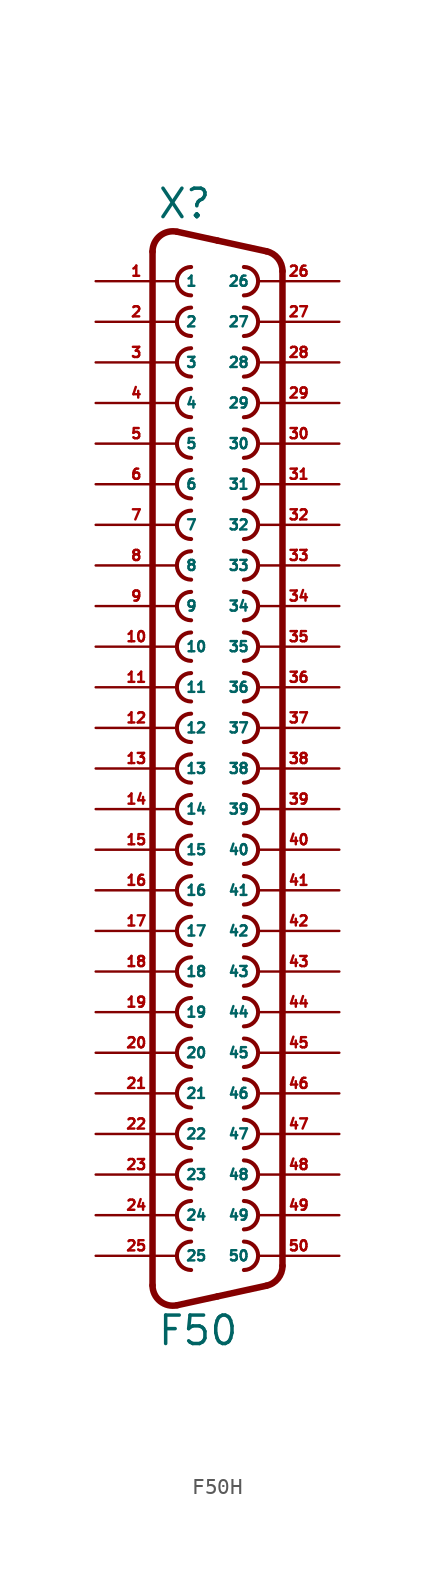
<source format=kicad_sym>
(kicad_symbol_lib
  (version 20220914)
  (generator Eagle2Kicad)
  (symbol "F50H"
    (property "Reference" "X"
      (at -3.81 31.75 0)
      (effects (font (size 1.778 1.778) (thickness 0.22)) (justify left bottom)))
    (property "Value" "F50"
      (at -3.81 -38.735 0)
      (effects (font (size 1.778 1.778) (thickness 0.22)) (justify left bottom)))
    (arc
      (start -1.651 28.829)
      (mid -2.540 27.940)
      (end -1.651 27.051)
      (stroke (width 0.254) (type default))
      (fill (type none)))
    (arc
      (start 1.651 6.731)
      (mid 2.540 7.620)
      (end 1.651 8.509)
      (stroke (width 0.254) (type default))
      (fill (type none)))
    (arc
      (start -1.651 -14.351)
      (mid -2.540 -15.240)
      (end -1.651 -16.129)
      (stroke (width 0.254) (type default))
      (fill (type none)))
    (arc
      (start 1.651 4.191)
      (mid 2.540 5.080)
      (end 1.651 5.969)
      (stroke (width 0.254) (type default))
      (fill (type none)))
    (arc
      (start -1.651 26.289)
      (mid -2.540 25.400)
      (end -1.651 24.511)
      (stroke (width 0.254) (type default))
      (fill (type none)))
    (arc
      (start -1.651 23.749)
      (mid -2.540 22.860)
      (end -1.651 21.971)
      (stroke (width 0.254) (type default))
      (fill (type none)))
    (arc
      (start -1.651 -19.431)
      (mid -2.540 -20.320)
      (end -1.651 -21.209)
      (stroke (width 0.254) (type default))
      (fill (type none)))
    (arc
      (start 1.651 1.651)
      (mid 2.540 2.540)
      (end 1.651 3.429)
      (stroke (width 0.254) (type default))
      (fill (type none)))
    (arc
      (start -1.651 -21.971)
      (mid -2.540 -22.860)
      (end -1.651 -23.749)
      (stroke (width 0.254) (type default))
      (fill (type none)))
    (arc
      (start -1.651 21.209)
      (mid -2.540 20.320)
      (end -1.651 19.431)
      (stroke (width 0.254) (type default))
      (fill (type none)))
    (arc
      (start 1.651 -0.889)
      (mid 2.540 0.000)
      (end 1.651 0.889)
      (stroke (width 0.254) (type default))
      (fill (type none)))
    (arc
      (start -1.651 -16.891)
      (mid -2.540 -17.780)
      (end -1.651 -18.669)
      (stroke (width 0.254) (type default))
      (fill (type none)))
    (arc
      (start -1.651 18.669)
      (mid -2.540 17.780)
      (end -1.651 16.891)
      (stroke (width 0.254) (type default))
      (fill (type none)))
    (arc
      (start 1.651 -3.429)
      (mid 2.540 -2.540)
      (end 1.651 -1.651)
      (stroke (width 0.254) (type default))
      (fill (type none)))
    (arc
      (start -1.651 -24.511)
      (mid -2.540 -25.400)
      (end -1.651 -26.289)
      (stroke (width 0.254) (type default))
      (fill (type none)))
    (arc
      (start 1.651 -5.969)
      (mid 2.540 -5.080)
      (end 1.651 -4.191)
      (stroke (width 0.254) (type default))
      (fill (type none)))
    (arc
      (start -1.651 16.129)
      (mid -2.540 15.240)
      (end -1.651 14.351)
      (stroke (width 0.254) (type default))
      (fill (type none)))
    (arc
      (start -1.651 -27.051)
      (mid -2.540 -27.940)
      (end -1.651 -28.829)
      (stroke (width 0.254) (type default))
      (fill (type none)))
    (arc
      (start -1.651 13.589)
      (mid -2.540 12.700)
      (end -1.651 11.811)
      (stroke (width 0.254) (type default))
      (fill (type none)))
    (arc
      (start 1.651 -8.509)
      (mid 2.540 -7.620)
      (end 1.651 -6.731)
      (stroke (width 0.254) (type default))
      (fill (type none)))
    (arc
      (start -1.651 -29.591)
      (mid -2.540 -30.480)
      (end -1.651 -31.369)
      (stroke (width 0.254) (type default))
      (fill (type none)))
    (arc
      (start -1.651 11.049)
      (mid -2.540 10.160)
      (end -1.651 9.271)
      (stroke (width 0.254) (type default))
      (fill (type none)))
    (arc
      (start 1.651 -11.049)
      (mid 2.540 -10.160)
      (end 1.651 -9.271)
      (stroke (width 0.254) (type default))
      (fill (type none)))
    (arc
      (start -1.651 -32.131)
      (mid -2.540 -33.020)
      (end -1.651 -33.909)
      (stroke (width 0.254) (type default))
      (fill (type none)))
    (arc
      (start -1.651 8.509)
      (mid -2.540 7.620)
      (end -1.651 6.731)
      (stroke (width 0.254) (type default))
      (fill (type none)))
    (arc
      (start 1.651 -13.589)
      (mid 2.540 -12.700)
      (end 1.651 -11.811)
      (stroke (width 0.254) (type default))
      (fill (type none)))
    (arc
      (start 1.651 27.051)
      (mid 2.540 27.940)
      (end 1.651 28.829)
      (stroke (width 0.254) (type default))
      (fill (type none)))
    (arc
      (start -1.651 5.969)
      (mid -2.540 5.080)
      (end -1.651 4.191)
      (stroke (width 0.254) (type default))
      (fill (type none)))
    (arc
      (start 1.651 -16.129)
      (mid 2.540 -15.240)
      (end 1.651 -14.351)
      (stroke (width 0.254) (type default))
      (fill (type none)))
    (arc
      (start 1.651 24.511)
      (mid 2.540 25.400)
      (end 1.651 26.289)
      (stroke (width 0.254) (type default))
      (fill (type none)))
    (arc
      (start -1.651 3.429)
      (mid -2.540 2.540)
      (end -1.651 1.651)
      (stroke (width 0.254) (type default))
      (fill (type none)))
    (arc
      (start 1.651 -18.669)
      (mid 2.540 -17.780)
      (end 1.651 -16.891)
      (stroke (width 0.254) (type default))
      (fill (type none)))
    (arc
      (start 1.651 21.971)
      (mid 2.540 22.860)
      (end 1.651 23.749)
      (stroke (width 0.254) (type default))
      (fill (type none)))
    (arc
      (start -1.651 0.889)
      (mid -2.540 0.000)
      (end -1.651 -0.889)
      (stroke (width 0.254) (type default))
      (fill (type none)))
    (arc
      (start 1.651 -21.209)
      (mid 2.540 -20.320)
      (end 1.651 -19.431)
      (stroke (width 0.254) (type default))
      (fill (type none)))
    (arc
      (start 1.651 19.431)
      (mid 2.540 20.320)
      (end 1.651 21.209)
      (stroke (width 0.254) (type default))
      (fill (type none)))
    (arc
      (start -1.651 -1.651)
      (mid -2.540 -2.540)
      (end -1.651 -3.429)
      (stroke (width 0.254) (type default))
      (fill (type none)))
    (arc
      (start 1.651 -23.749)
      (mid 2.540 -22.860)
      (end 1.651 -21.971)
      (stroke (width 0.254) (type default))
      (fill (type none)))
    (arc
      (start 1.651 16.891)
      (mid 2.540 17.780)
      (end 1.651 18.669)
      (stroke (width 0.254) (type default))
      (fill (type none)))
    (arc
      (start -1.651 -4.191)
      (mid -2.540 -5.080)
      (end -1.651 -5.969)
      (stroke (width 0.254) (type default))
      (fill (type none)))
    (arc
      (start 1.651 -26.289)
      (mid 2.540 -25.400)
      (end 1.651 -24.511)
      (stroke (width 0.254) (type default))
      (fill (type none)))
    (arc
      (start 1.651 14.351)
      (mid 2.540 15.240)
      (end 1.651 16.129)
      (stroke (width 0.254) (type default))
      (fill (type none)))
    (arc
      (start -1.651 -6.731)
      (mid -2.540 -7.620)
      (end -1.651 -8.509)
      (stroke (width 0.254) (type default))
      (fill (type none)))
    (arc
      (start 1.651 -28.829)
      (mid 2.540 -27.940)
      (end 1.651 -27.051)
      (stroke (width 0.254) (type default))
      (fill (type none)))
    (arc
      (start 1.651 11.811)
      (mid 2.540 12.700)
      (end 1.651 13.589)
      (stroke (width 0.254) (type default))
      (fill (type none)))
    (arc
      (start -1.651 -9.271)
      (mid -2.540 -10.160)
      (end -1.651 -11.049)
      (stroke (width 0.254) (type default))
      (fill (type none)))
    (arc
      (start 1.651 -31.369)
      (mid 2.540 -30.480)
      (end 1.651 -29.591)
      (stroke (width 0.254) (type default))
      (fill (type none)))
    (arc
      (start 1.651 9.271)
      (mid 2.540 10.160)
      (end 1.651 11.049)
      (stroke (width 0.254) (type default))
      (fill (type none)))
    (arc
      (start -1.651 -11.811)
      (mid -2.540 -12.700)
      (end -1.651 -13.589)
      (stroke (width 0.254) (type default))
      (fill (type none)))
    (arc
      (start 1.651 -33.909)
      (mid 2.540 -33.020)
      (end 1.651 -32.131)
      (stroke (width 0.254) (type default))
      (fill (type none)))
    (arc
      (start -2.5226 31.032)
      (mid -3.590 30.781)
      (end -4.064 29.7912)
      (stroke (width 0.4064) (type default))
      (fill (type none)))
    (polyline
      (pts (xy -2.523 31.032) (xy 0 30.48))
      (stroke (width 0.406) (type default))
      (fill (type none)))
    (polyline
      (pts (xy 0 30.48) (xy 3.065 29.809))
      (stroke (width 0.406) (type default))
      (fill (type none)))
    (arc
      (start 4.0643 28.5688)
      (mid 3.783 29.365)
      (end 3.0654 29.8095)
      (stroke (width 0.4064) (type default))
      (fill (type none)))
    (polyline
      (pts (xy 4.064 -33.649) (xy 4.064 28.569))
      (stroke (width 0.406) (type default))
      (fill (type none)))
    (arc
      (start 3.0654 -34.8894)
      (mid 3.783 -34.445)
      (end 4.064 -33.6488)
      (stroke (width 0.4064) (type default))
      (fill (type none)))
    (polyline
      (pts (xy -4.064 -34.871) (xy -4.064 29.791))
      (stroke (width 0.406) (type default))
      (fill (type none)))
    (polyline
      (pts (xy -2.523 -36.112) (xy 0 -35.56))
      (stroke (width 0.406) (type default))
      (fill (type none)))
    (polyline
      (pts (xy 0 -35.56) (xy 3.065 -34.889))
      (stroke (width 0.406) (type default))
      (fill (type none)))
    (arc
      (start -4.064 -34.8712)
      (mid -3.590 -35.861)
      (end -2.5226 -36.1119)
      (stroke (width 0.4064) (type default))
      (fill (type none)))
    (pin passive line
      (at 7.62 7.62 180)
      (length 5.08)
      (name "34" (effects (font (size 0.635 0.635) (thickness 0.08)) (justify left bottom)))
      (number "34" (effects (font (size 0.635 0.635) (thickness 0.08)) (justify left bottom))))
    (pin passive line
      (at -7.62 -15.24 0)
      (length 5.08)
      (name "18" (effects (font (size 0.635 0.635) (thickness 0.08)) (justify left bottom)))
      (number "18" (effects (font (size 0.635 0.635) (thickness 0.08)) (justify left bottom))))
    (pin passive line
      (at 7.62 5.08 180)
      (length 5.08)
      (name "35" (effects (font (size 0.635 0.635) (thickness 0.08)) (justify left bottom)))
      (number "35" (effects (font (size 0.635 0.635) (thickness 0.08)) (justify left bottom))))
    (pin passive line
      (at -7.62 -17.78 0)
      (length 5.08)
      (name "19" (effects (font (size 0.635 0.635) (thickness 0.08)) (justify left bottom)))
      (number "19" (effects (font (size 0.635 0.635) (thickness 0.08)) (justify left bottom))))
    (pin passive line
      (at 7.62 2.54 180)
      (length 5.08)
      (name "36" (effects (font (size 0.635 0.635) (thickness 0.08)) (justify left bottom)))
      (number "36" (effects (font (size 0.635 0.635) (thickness 0.08)) (justify left bottom))))
    (pin passive line
      (at -7.62 -20.32 0)
      (length 5.08)
      (name "20" (effects (font (size 0.635 0.635) (thickness 0.08)) (justify left bottom)))
      (number "20" (effects (font (size 0.635 0.635) (thickness 0.08)) (justify left bottom))))
    (pin passive line
      (at 7.62 0 180)
      (length 5.08)
      (name "37" (effects (font (size 0.635 0.635) (thickness 0.08)) (justify left bottom)))
      (number "37" (effects (font (size 0.635 0.635) (thickness 0.08)) (justify left bottom))))
    (pin passive line
      (at -7.62 -22.86 0)
      (length 5.08)
      (name "21" (effects (font (size 0.635 0.635) (thickness 0.08)) (justify left bottom)))
      (number "21" (effects (font (size 0.635 0.635) (thickness 0.08)) (justify left bottom))))
    (pin passive line
      (at 7.62 -2.54 180)
      (length 5.08)
      (name "38" (effects (font (size 0.635 0.635) (thickness 0.08)) (justify left bottom)))
      (number "38" (effects (font (size 0.635 0.635) (thickness 0.08)) (justify left bottom))))
    (pin passive line
      (at -7.62 -25.4 0)
      (length 5.08)
      (name "22" (effects (font (size 0.635 0.635) (thickness 0.08)) (justify left bottom)))
      (number "22" (effects (font (size 0.635 0.635) (thickness 0.08)) (justify left bottom))))
    (pin passive line
      (at 7.62 -5.08 180)
      (length 5.08)
      (name "39" (effects (font (size 0.635 0.635) (thickness 0.08)) (justify left bottom)))
      (number "39" (effects (font (size 0.635 0.635) (thickness 0.08)) (justify left bottom))))
    (pin passive line
      (at -7.62 -27.94 0)
      (length 5.08)
      (name "23" (effects (font (size 0.635 0.635) (thickness 0.08)) (justify left bottom)))
      (number "23" (effects (font (size 0.635 0.635) (thickness 0.08)) (justify left bottom))))
    (pin passive line
      (at 7.62 -7.62 180)
      (length 5.08)
      (name "40" (effects (font (size 0.635 0.635) (thickness 0.08)) (justify left bottom)))
      (number "40" (effects (font (size 0.635 0.635) (thickness 0.08)) (justify left bottom))))
    (pin passive line
      (at -7.62 -30.48 0)
      (length 5.08)
      (name "24" (effects (font (size 0.635 0.635) (thickness 0.08)) (justify left bottom)))
      (number "24" (effects (font (size 0.635 0.635) (thickness 0.08)) (justify left bottom))))
    (pin passive line
      (at 7.62 -10.16 180)
      (length 5.08)
      (name "41" (effects (font (size 0.635 0.635) (thickness 0.08)) (justify left bottom)))
      (number "41" (effects (font (size 0.635 0.635) (thickness 0.08)) (justify left bottom))))
    (pin passive line
      (at -7.62 -33.02 0)
      (length 5.08)
      (name "25" (effects (font (size 0.635 0.635) (thickness 0.08)) (justify left bottom)))
      (number "25" (effects (font (size 0.635 0.635) (thickness 0.08)) (justify left bottom))))
    (pin passive line
      (at 7.62 -12.7 180)
      (length 5.08)
      (name "42" (effects (font (size 0.635 0.635) (thickness 0.08)) (justify left bottom)))
      (number "42" (effects (font (size 0.635 0.635) (thickness 0.08)) (justify left bottom))))
    (pin passive line
      (at 7.62 27.94 180)
      (length 5.08)
      (name "26" (effects (font (size 0.635 0.635) (thickness 0.08)) (justify left bottom)))
      (number "26" (effects (font (size 0.635 0.635) (thickness 0.08)) (justify left bottom))))
    (pin passive line
      (at 7.62 -15.24 180)
      (length 5.08)
      (name "43" (effects (font (size 0.635 0.635) (thickness 0.08)) (justify left bottom)))
      (number "43" (effects (font (size 0.635 0.635) (thickness 0.08)) (justify left bottom))))
    (pin passive line
      (at 7.62 25.4 180)
      (length 5.08)
      (name "27" (effects (font (size 0.635 0.635) (thickness 0.08)) (justify left bottom)))
      (number "27" (effects (font (size 0.635 0.635) (thickness 0.08)) (justify left bottom))))
    (pin passive line
      (at 7.62 -17.78 180)
      (length 5.08)
      (name "44" (effects (font (size 0.635 0.635) (thickness 0.08)) (justify left bottom)))
      (number "44" (effects (font (size 0.635 0.635) (thickness 0.08)) (justify left bottom))))
    (pin passive line
      (at 7.62 22.86 180)
      (length 5.08)
      (name "28" (effects (font (size 0.635 0.635) (thickness 0.08)) (justify left bottom)))
      (number "28" (effects (font (size 0.635 0.635) (thickness 0.08)) (justify left bottom))))
    (pin passive line
      (at 7.62 -20.32 180)
      (length 5.08)
      (name "45" (effects (font (size 0.635 0.635) (thickness 0.08)) (justify left bottom)))
      (number "45" (effects (font (size 0.635 0.635) (thickness 0.08)) (justify left bottom))))
    (pin passive line
      (at 7.62 20.32 180)
      (length 5.08)
      (name "29" (effects (font (size 0.635 0.635) (thickness 0.08)) (justify left bottom)))
      (number "29" (effects (font (size 0.635 0.635) (thickness 0.08)) (justify left bottom))))
    (pin passive line
      (at 7.62 -22.86 180)
      (length 5.08)
      (name "46" (effects (font (size 0.635 0.635) (thickness 0.08)) (justify left bottom)))
      (number "46" (effects (font (size 0.635 0.635) (thickness 0.08)) (justify left bottom))))
    (pin passive line
      (at 7.62 17.78 180)
      (length 5.08)
      (name "30" (effects (font (size 0.635 0.635) (thickness 0.08)) (justify left bottom)))
      (number "30" (effects (font (size 0.635 0.635) (thickness 0.08)) (justify left bottom))))
    (pin passive line
      (at 7.62 -25.4 180)
      (length 5.08)
      (name "47" (effects (font (size 0.635 0.635) (thickness 0.08)) (justify left bottom)))
      (number "47" (effects (font (size 0.635 0.635) (thickness 0.08)) (justify left bottom))))
    (pin passive line
      (at 7.62 15.24 180)
      (length 5.08)
      (name "31" (effects (font (size 0.635 0.635) (thickness 0.08)) (justify left bottom)))
      (number "31" (effects (font (size 0.635 0.635) (thickness 0.08)) (justify left bottom))))
    (pin passive line
      (at 7.62 -27.94 180)
      (length 5.08)
      (name "48" (effects (font (size 0.635 0.635) (thickness 0.08)) (justify left bottom)))
      (number "48" (effects (font (size 0.635 0.635) (thickness 0.08)) (justify left bottom))))
    (pin passive line
      (at 7.62 12.7 180)
      (length 5.08)
      (name "32" (effects (font (size 0.635 0.635) (thickness 0.08)) (justify left bottom)))
      (number "32" (effects (font (size 0.635 0.635) (thickness 0.08)) (justify left bottom))))
    (pin passive line
      (at 7.62 -30.48 180)
      (length 5.08)
      (name "49" (effects (font (size 0.635 0.635) (thickness 0.08)) (justify left bottom)))
      (number "49" (effects (font (size 0.635 0.635) (thickness 0.08)) (justify left bottom))))
    (pin passive line
      (at 7.62 10.16 180)
      (length 5.08)
      (name "33" (effects (font (size 0.635 0.635) (thickness 0.08)) (justify left bottom)))
      (number "33" (effects (font (size 0.635 0.635) (thickness 0.08)) (justify left bottom))))
    (pin passive line
      (at 7.62 -33.02 180)
      (length 5.08)
      (name "50" (effects (font (size 0.635 0.635) (thickness 0.08)) (justify left bottom)))
      (number "50" (effects (font (size 0.635 0.635) (thickness 0.08)) (justify left bottom))))
    (pin passive line
      (at -7.62 27.94 0)
      (length 5.08)
      (name "1" (effects (font (size 0.635 0.635) (thickness 0.08)) (justify left bottom)))
      (number "1" (effects (font (size 0.635 0.635) (thickness 0.08)) (justify left bottom))))
    (pin passive line
      (at -7.62 25.4 0)
      (length 5.08)
      (name "2" (effects (font (size 0.635 0.635) (thickness 0.08)) (justify left bottom)))
      (number "2" (effects (font (size 0.635 0.635) (thickness 0.08)) (justify left bottom))))
    (pin passive line
      (at -7.62 22.86 0)
      (length 5.08)
      (name "3" (effects (font (size 0.635 0.635) (thickness 0.08)) (justify left bottom)))
      (number "3" (effects (font (size 0.635 0.635) (thickness 0.08)) (justify left bottom))))
    (pin passive line
      (at -7.62 20.32 0)
      (length 5.08)
      (name "4" (effects (font (size 0.635 0.635) (thickness 0.08)) (justify left bottom)))
      (number "4" (effects (font (size 0.635 0.635) (thickness 0.08)) (justify left bottom))))
    (pin passive line
      (at -7.62 17.78 0)
      (length 5.08)
      (name "5" (effects (font (size 0.635 0.635) (thickness 0.08)) (justify left bottom)))
      (number "5" (effects (font (size 0.635 0.635) (thickness 0.08)) (justify left bottom))))
    (pin passive line
      (at -7.62 15.24 0)
      (length 5.08)
      (name "6" (effects (font (size 0.635 0.635) (thickness 0.08)) (justify left bottom)))
      (number "6" (effects (font (size 0.635 0.635) (thickness 0.08)) (justify left bottom))))
    (pin passive line
      (at -7.62 12.7 0)
      (length 5.08)
      (name "7" (effects (font (size 0.635 0.635) (thickness 0.08)) (justify left bottom)))
      (number "7" (effects (font (size 0.635 0.635) (thickness 0.08)) (justify left bottom))))
    (pin passive line
      (at -7.62 10.16 0)
      (length 5.08)
      (name "8" (effects (font (size 0.635 0.635) (thickness 0.08)) (justify left bottom)))
      (number "8" (effects (font (size 0.635 0.635) (thickness 0.08)) (justify left bottom))))
    (pin passive line
      (at -7.62 7.62 0)
      (length 5.08)
      (name "9" (effects (font (size 0.635 0.635) (thickness 0.08)) (justify left bottom)))
      (number "9" (effects (font (size 0.635 0.635) (thickness 0.08)) (justify left bottom))))
    (pin passive line
      (at -7.62 5.08 0)
      (length 5.08)
      (name "10" (effects (font (size 0.635 0.635) (thickness 0.08)) (justify left bottom)))
      (number "10" (effects (font (size 0.635 0.635) (thickness 0.08)) (justify left bottom))))
    (pin passive line
      (at -7.62 2.54 0)
      (length 5.08)
      (name "11" (effects (font (size 0.635 0.635) (thickness 0.08)) (justify left bottom)))
      (number "11" (effects (font (size 0.635 0.635) (thickness 0.08)) (justify left bottom))))
    (pin passive line
      (at -7.62 0 0)
      (length 5.08)
      (name "12" (effects (font (size 0.635 0.635) (thickness 0.08)) (justify left bottom)))
      (number "12" (effects (font (size 0.635 0.635) (thickness 0.08)) (justify left bottom))))
    (pin passive line
      (at -7.62 -2.54 0)
      (length 5.08)
      (name "13" (effects (font (size 0.635 0.635) (thickness 0.08)) (justify left bottom)))
      (number "13" (effects (font (size 0.635 0.635) (thickness 0.08)) (justify left bottom))))
    (pin passive line
      (at -7.62 -5.08 0)
      (length 5.08)
      (name "14" (effects (font (size 0.635 0.635) (thickness 0.08)) (justify left bottom)))
      (number "14" (effects (font (size 0.635 0.635) (thickness 0.08)) (justify left bottom))))
    (pin passive line
      (at -7.62 -7.62 0)
      (length 5.08)
      (name "15" (effects (font (size 0.635 0.635) (thickness 0.08)) (justify left bottom)))
      (number "15" (effects (font (size 0.635 0.635) (thickness 0.08)) (justify left bottom))))
    (pin passive line
      (at -7.62 -10.16 0)
      (length 5.08)
      (name "16" (effects (font (size 0.635 0.635) (thickness 0.08)) (justify left bottom)))
      (number "16" (effects (font (size 0.635 0.635) (thickness 0.08)) (justify left bottom))))
    (pin passive line
      (at -7.62 -12.7 0)
      (length 5.08)
      (name "17" (effects (font (size 0.635 0.635) (thickness 0.08)) (justify left bottom)))
      (number "17" (effects (font (size 0.635 0.635) (thickness 0.08)) (justify left bottom))))))
</source>
